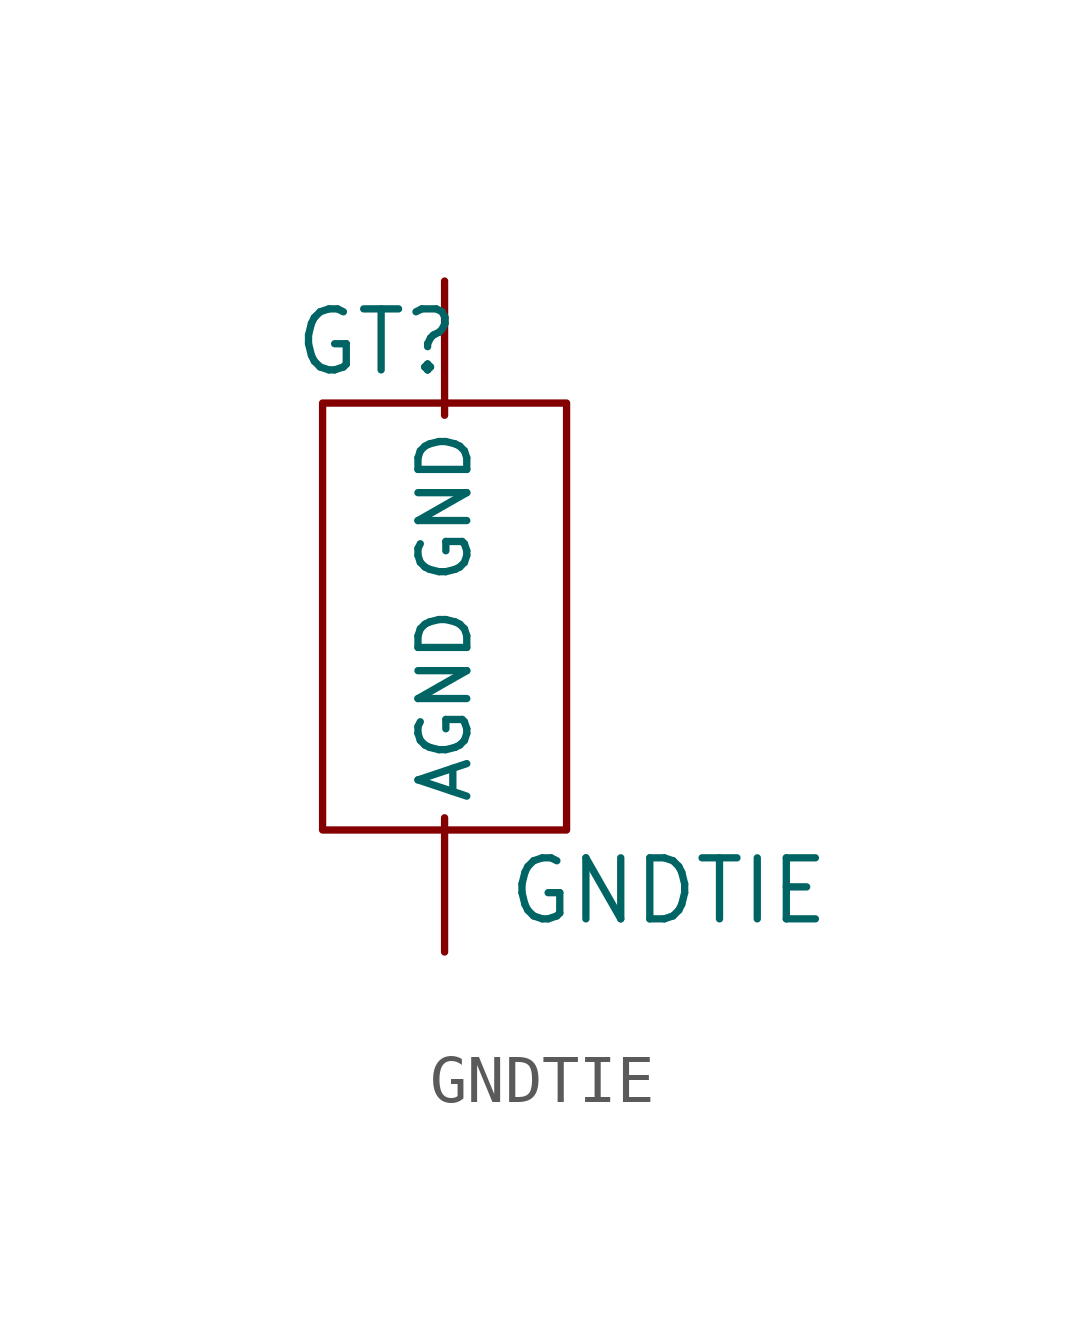
<source format=kicad_sym>
(kicad_symbol_lib
  (version 20220914)
  (generator kicad_symbol_editor)
  (symbol "GNDTIE"
    (pin_numbers hide)
    (pin_names
      (offset 0.254))
    (property "Reference" "GT"
      (at 0.635 2.54 0)
      (effects (font (size 1.27 1.27)) (justify left)))
    (property "Value" "GNDTIE"
      (at 5.08 -8.89 0)
      (effects (font (size 1.27 1.27)) (justify left)))
    (property "Footprint" ""
      (at 0.965 -3.81 0)
      (effects (font (size 1.27 1.27))))
    (property "Datasheet" ""
      (at 0 0 0)
      (effects (font (size 1.27 1.27))))
    (symbol "GNDTIE_0_1"
      (rectangle (start 1.27 1.27) (end 6.35 -7.62) (stroke (width 0) (type solid)) (fill (type none))))
    (symbol "GNDTIE_1_1"
      (pin passive line (at 3.81 3.81 270) (length 2.794) (name "GND" (effects (font (size 1.016 1.016)))) (number "1" (effects (font (size 1.016 1.016)))))
      (pin passive line (at 3.81 -10.16 90) (length 2.794) (name "AGND" (effects (font (size 1.016 1.016)))) (number "2" (effects (font (size 1.016 1.016))))))))
</source>
